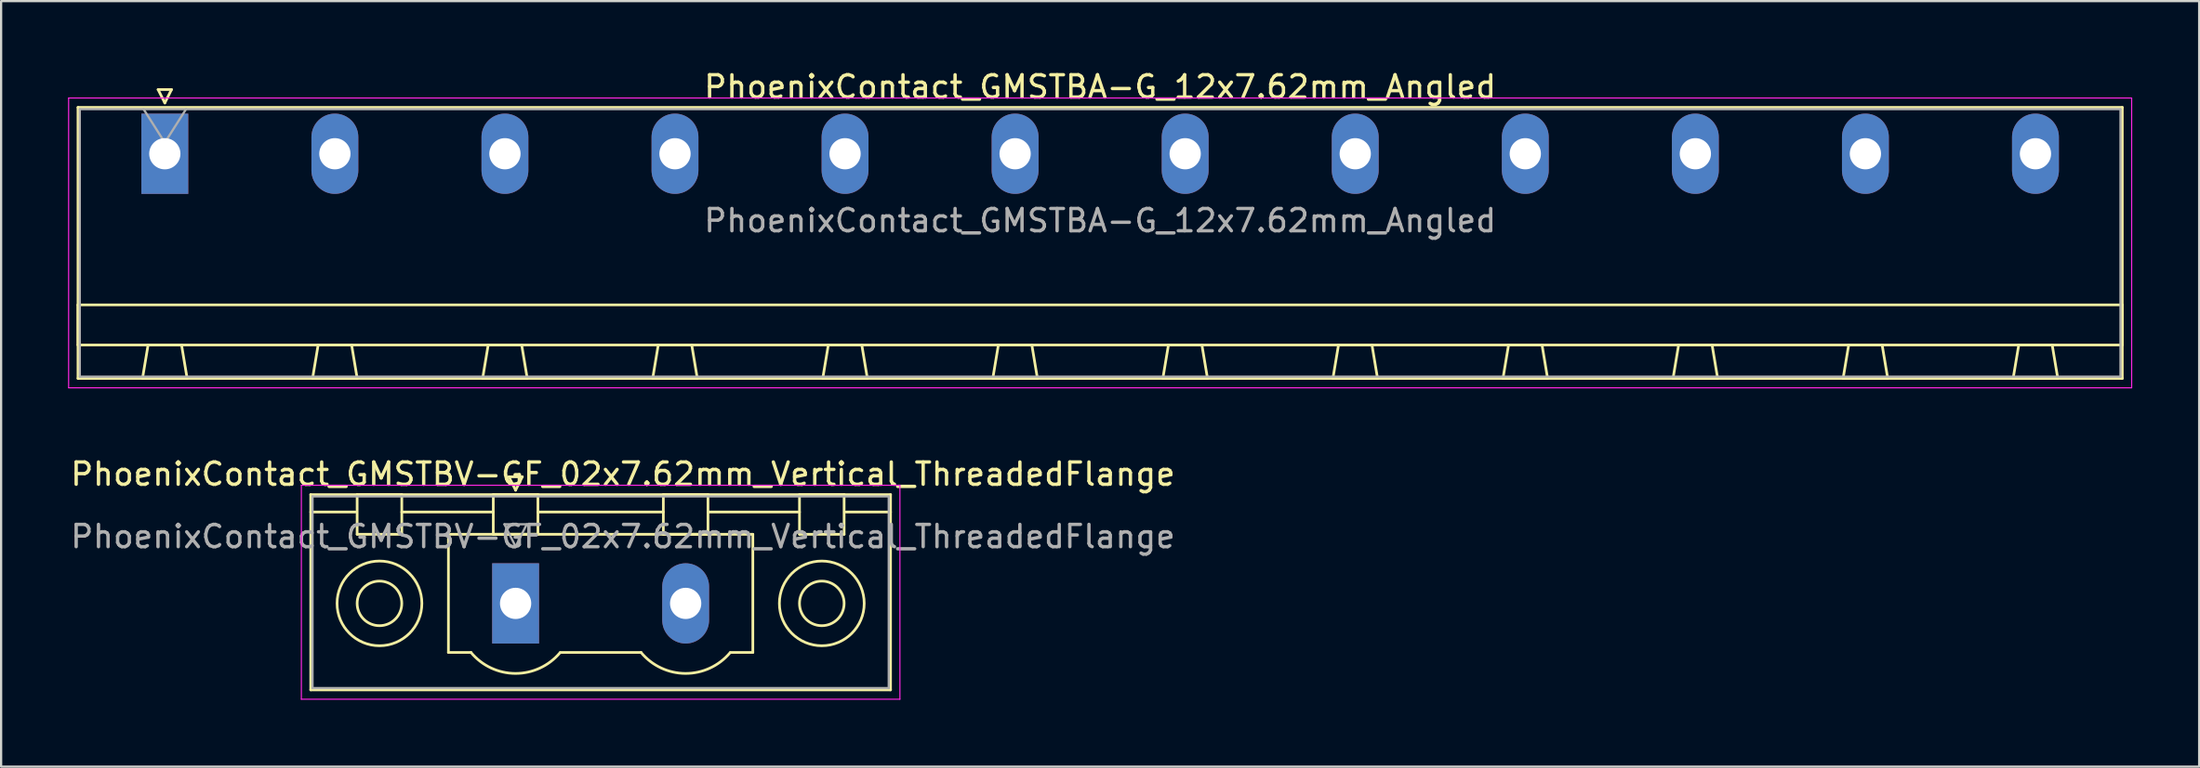
<source format=kicad_pcb>
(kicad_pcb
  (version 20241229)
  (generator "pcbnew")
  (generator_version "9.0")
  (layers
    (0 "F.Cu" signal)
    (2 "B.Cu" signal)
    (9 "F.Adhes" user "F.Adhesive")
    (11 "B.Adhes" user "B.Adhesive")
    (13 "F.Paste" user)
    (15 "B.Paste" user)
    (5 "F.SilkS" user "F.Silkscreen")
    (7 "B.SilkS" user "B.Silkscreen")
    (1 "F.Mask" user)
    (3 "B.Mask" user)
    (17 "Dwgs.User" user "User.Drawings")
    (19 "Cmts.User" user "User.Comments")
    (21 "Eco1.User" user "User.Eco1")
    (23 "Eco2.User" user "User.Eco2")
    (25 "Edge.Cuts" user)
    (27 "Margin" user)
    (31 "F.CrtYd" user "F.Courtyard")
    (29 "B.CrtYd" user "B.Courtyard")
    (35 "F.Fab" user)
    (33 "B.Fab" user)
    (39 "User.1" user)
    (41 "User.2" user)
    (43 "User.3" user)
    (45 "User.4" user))
  (footprint "PhoenixContact_GMSTBA-G_12x7.62mm_Angled"
    (layer "F.Cu")
    (at 4.335 3.848)
    (property "Reference" "PhoenixContact_GMSTBA-G_12x7.62mm_Angled" (at 41.91 -3 0) (layer "F.SilkS") (effects (font (size 1 1) (thickness 0.15))))
    (attr through_hole)
    (fp_line (start -3.89 -2.08) (end -3.89 10.08) (stroke (width 0.12) (type solid)) (layer "F.SilkS"))
    (fp_line (start -3.89 6.78) (end 87.71 6.78) (stroke (width 0.12) (type solid)) (layer "F.SilkS"))
    (fp_line (start -3.89 8.58) (end -3.89 6.78) (stroke (width 0.12) (type solid)) (layer "F.SilkS"))
    (fp_line (start -3.89 10.08) (end 87.71 10.08) (stroke (width 0.12) (type solid)) (layer "F.SilkS"))
    (fp_line (start -1 10.08) (end 1 10.08) (stroke (width 0.12) (type solid)) (layer "F.SilkS"))
    (fp_line (start -0.75 8.58) (end -1 10.08) (stroke (width 0.12) (type solid)) (layer "F.SilkS"))
    (fp_line (start -0.3 -2.88) (end 0.3 -2.88) (stroke (width 0.12) (type solid)) (layer "F.SilkS"))
    (fp_line (start 0 -2.28) (end -0.3 -2.88) (stroke (width 0.12) (type solid)) (layer "F.SilkS"))
    (fp_line (start 0.3 -2.88) (end 0 -2.28) (stroke (width 0.12) (type solid)) (layer "F.SilkS"))
    (fp_line (start 0.75 8.58) (end -0.75 8.58) (stroke (width 0.12) (type solid)) (layer "F.SilkS"))
    (fp_line (start 1 10.08) (end 0.75 8.58) (stroke (width 0.12) (type solid)) (layer "F.SilkS"))
    (fp_line (start 6.62 10.08) (end 8.62 10.08) (stroke (width 0.12) (type solid)) (layer "F.SilkS"))
    (fp_line (start 6.87 8.58) (end 6.62 10.08) (stroke (width 0.12) (type solid)) (layer "F.SilkS"))
    (fp_line (start 8.37 8.58) (end 6.87 8.58) (stroke (width 0.12) (type solid)) (layer "F.SilkS"))
    (fp_line (start 8.62 10.08) (end 8.37 8.58) (stroke (width 0.12) (type solid)) (layer "F.SilkS"))
    (fp_line (start 14.24 10.08) (end 16.24 10.08) (stroke (width 0.12) (type solid)) (layer "F.SilkS"))
    (fp_line (start 14.49 8.58) (end 14.24 10.08) (stroke (width 0.12) (type solid)) (layer "F.SilkS"))
    (fp_line (start 15.99 8.58) (end 14.49 8.58) (stroke (width 0.12) (type solid)) (layer "F.SilkS"))
    (fp_line (start 16.24 10.08) (end 15.99 8.58) (stroke (width 0.12) (type solid)) (layer "F.SilkS"))
    (fp_line (start 21.86 10.08) (end 23.86 10.08) (stroke (width 0.12) (type solid)) (layer "F.SilkS"))
    (fp_line (start 22.11 8.58) (end 21.86 10.08) (stroke (width 0.12) (type solid)) (layer "F.SilkS"))
    (fp_line (start 23.61 8.58) (end 22.11 8.58) (stroke (width 0.12) (type solid)) (layer "F.SilkS"))
    (fp_line (start 23.86 10.08) (end 23.61 8.58) (stroke (width 0.12) (type solid)) (layer "F.SilkS"))
    (fp_line (start 29.48 10.08) (end 31.48 10.08) (stroke (width 0.12) (type solid)) (layer "F.SilkS"))
    (fp_line (start 29.73 8.58) (end 29.48 10.08) (stroke (width 0.12) (type solid)) (layer "F.SilkS"))
    (fp_line (start 31.23 8.58) (end 29.73 8.58) (stroke (width 0.12) (type solid)) (layer "F.SilkS"))
    (fp_line (start 31.48 10.08) (end 31.23 8.58) (stroke (width 0.12) (type solid)) (layer "F.SilkS"))
    (fp_line (start 37.1 10.08) (end 39.1 10.08) (stroke (width 0.12) (type solid)) (layer "F.SilkS"))
    (fp_line (start 37.35 8.58) (end 37.1 10.08) (stroke (width 0.12) (type solid)) (layer "F.SilkS"))
    (fp_line (start 38.85 8.58) (end 37.35 8.58) (stroke (width 0.12) (type solid)) (layer "F.SilkS"))
    (fp_line (start 39.1 10.08) (end 38.85 8.58) (stroke (width 0.12) (type solid)) (layer "F.SilkS"))
    (fp_line (start 44.72 10.08) (end 46.72 10.08) (stroke (width 0.12) (type solid)) (layer "F.SilkS"))
    (fp_line (start 44.97 8.58) (end 44.72 10.08) (stroke (width 0.12) (type solid)) (layer "F.SilkS"))
    (fp_line (start 46.47 8.58) (end 44.97 8.58) (stroke (width 0.12) (type solid)) (layer "F.SilkS"))
    (fp_line (start 46.72 10.08) (end 46.47 8.58) (stroke (width 0.12) (type solid)) (layer "F.SilkS"))
    (fp_line (start 52.34 10.08) (end 54.34 10.08) (stroke (width 0.12) (type solid)) (layer "F.SilkS"))
    (fp_line (start 52.59 8.58) (end 52.34 10.08) (stroke (width 0.12) (type solid)) (layer "F.SilkS"))
    (fp_line (start 54.09 8.58) (end 52.59 8.58) (stroke (width 0.12) (type solid)) (layer "F.SilkS"))
    (fp_line (start 54.34 10.08) (end 54.09 8.58) (stroke (width 0.12) (type solid)) (layer "F.SilkS"))
    (fp_line (start 59.96 10.08) (end 61.96 10.08) (stroke (width 0.12) (type solid)) (layer "F.SilkS"))
    (fp_line (start 60.21 8.58) (end 59.96 10.08) (stroke (width 0.12) (type solid)) (layer "F.SilkS"))
    (fp_line (start 61.71 8.58) (end 60.21 8.58) (stroke (width 0.12) (type solid)) (layer "F.SilkS"))
    (fp_line (start 61.96 10.08) (end 61.71 8.58) (stroke (width 0.12) (type solid)) (layer "F.SilkS"))
    (fp_line (start 67.58 10.08) (end 69.58 10.08) (stroke (width 0.12) (type solid)) (layer "F.SilkS"))
    (fp_line (start 67.83 8.58) (end 67.58 10.08) (stroke (width 0.12) (type solid)) (layer "F.SilkS"))
    (fp_line (start 69.33 8.58) (end 67.83 8.58) (stroke (width 0.12) (type solid)) (layer "F.SilkS"))
    (fp_line (start 69.58 10.08) (end 69.33 8.58) (stroke (width 0.12) (type solid)) (layer "F.SilkS"))
    (fp_line (start 75.2 10.08) (end 77.2 10.08) (stroke (width 0.12) (type solid)) (layer "F.SilkS"))
    (fp_line (start 75.45 8.58) (end 75.2 10.08) (stroke (width 0.12) (type solid)) (layer "F.SilkS"))
    (fp_line (start 76.95 8.58) (end 75.45 8.58) (stroke (width 0.12) (type solid)) (layer "F.SilkS"))
    (fp_line (start 77.2 10.08) (end 76.95 8.58) (stroke (width 0.12) (type solid)) (layer "F.SilkS"))
    (fp_line (start 82.82 10.08) (end 84.82 10.08) (stroke (width 0.12) (type solid)) (layer "F.SilkS"))
    (fp_line (start 83.07 8.58) (end 82.82 10.08) (stroke (width 0.12) (type solid)) (layer "F.SilkS"))
    (fp_line (start 84.57 8.58) (end 83.07 8.58) (stroke (width 0.12) (type solid)) (layer "F.SilkS"))
    (fp_line (start 84.82 10.08) (end 84.57 8.58) (stroke (width 0.12) (type solid)) (layer "F.SilkS"))
    (fp_line (start 87.71 -2.08) (end -3.89 -2.08) (stroke (width 0.12) (type solid)) (layer "F.SilkS"))
    (fp_line (start 87.71 6.78) (end 87.71 8.58) (stroke (width 0.12) (type solid)) (layer "F.SilkS"))
    (fp_line (start 87.71 8.58) (end -3.89 8.58) (stroke (width 0.12) (type solid)) (layer "F.SilkS"))
    (fp_line (start 87.71 10.08) (end 87.71 -2.08) (stroke (width 0.12) (type solid)) (layer "F.SilkS"))
    (fp_line (start -4.31 -2.5) (end -4.31 10.5) (stroke (width 0.05) (type solid)) (layer "F.CrtYd"))
    (fp_line (start -4.31 10.5) (end 88.13 10.5) (stroke (width 0.05) (type solid)) (layer "F.CrtYd"))
    (fp_line (start 88.13 -2.5) (end -4.31 -2.5) (stroke (width 0.05) (type solid)) (layer "F.CrtYd"))
    (fp_line (start 88.13 10.5) (end 88.13 -2.5) (stroke (width 0.05) (type solid)) (layer "F.CrtYd"))
    (fp_line (start -3.81 -2) (end -3.81 10) (stroke (width 0.1) (type solid)) (layer "F.Fab"))
    (fp_line (start -3.81 10) (end 87.63 10) (stroke (width 0.1) (type solid)) (layer "F.Fab"))
    (fp_line (start 0 -0.5) (end -0.95 -2) (stroke (width 0.1) (type solid)) (layer "F.Fab"))
    (fp_line (start 0.95 -2) (end 0 -0.5) (stroke (width 0.1) (type solid)) (layer "F.Fab"))
    (fp_line (start 87.63 -2) (end -3.81 -2) (stroke (width 0.1) (type solid)) (layer "F.Fab"))
    (fp_line (start 87.63 10) (end 87.63 -2) (stroke (width 0.1) (type solid)) (layer "F.Fab"))
    (fp_text user "${REFERENCE}" (at 41.91 3 0) (layer "F.Fab") (effects (font (size 1 1) (thickness 0.15))))
    (pad "1" thru_hole rect (at 0 0) (size 2.1 3.6) (drill 1.4) (layers "*.Cu" "*.Mask"))
    (pad "2" thru_hole oval (at 7.62 0) (size 2.1 3.6) (drill 1.4) (layers "*.Cu" "*.Mask"))
    (pad "3" thru_hole oval (at 15.24 0) (size 2.1 3.6) (drill 1.4) (layers "*.Cu" "*.Mask"))
    (pad "4" thru_hole oval (at 22.86 0) (size 2.1 3.6) (drill 1.4) (layers "*.Cu" "*.Mask"))
    (pad "5" thru_hole oval (at 30.48 0) (size 2.1 3.6) (drill 1.4) (layers "*.Cu" "*.Mask"))
    (pad "6" thru_hole oval (at 38.1 0) (size 2.1 3.6) (drill 1.4) (layers "*.Cu" "*.Mask"))
    (pad "7" thru_hole oval (at 45.72 0) (size 2.1 3.6) (drill 1.4) (layers "*.Cu" "*.Mask"))
    (pad "8" thru_hole oval (at 53.34 0) (size 2.1 3.6) (drill 1.4) (layers "*.Cu" "*.Mask"))
    (pad "9" thru_hole oval (at 60.96 0) (size 2.1 3.6) (drill 1.4) (layers "*.Cu" "*.Mask"))
    (pad "10" thru_hole oval (at 68.58 0) (size 2.1 3.6) (drill 1.4) (layers "*.Cu" "*.Mask"))
    (pad "11" thru_hole oval (at 76.2 0) (size 2.1 3.6) (drill 1.4) (layers "*.Cu" "*.Mask"))
    (pad "12" thru_hole oval (at 83.82 0) (size 2.1 3.6) (drill 1.4) (layers "*.Cu" "*.Mask")))
  (footprint "PhoenixContact_GMSTBV-GF_02x7.62mm_Vertical_ThreadedFlange"
    (layer "F.Cu")
    (at 20.053 24.021)
    (property "Reference" "PhoenixContact_GMSTBV-GF_02x7.62mm_Vertical_ThreadedFlange" (at 4.81 -5.8 0) (layer "F.SilkS") (effects (font (size 1 1) (thickness 0.15))))
    (attr through_hole)
    (fp_line (start -9.18 -4.88) (end -9.18 3.88) (stroke (width 0.12) (type solid)) (layer "F.SilkS"))
    (fp_line (start -9.18 -4.1) (end -7.18 -4.1) (stroke (width 0.12) (type solid)) (layer "F.SilkS"))
    (fp_line (start -9.18 3.88) (end 16.8 3.88) (stroke (width 0.12) (type solid)) (layer "F.SilkS"))
    (fp_line (start -7.1 -4.88) (end -5.1 -4.88) (stroke (width 0.12) (type solid)) (layer "F.SilkS"))
    (fp_line (start -7.1 -3.1) (end -7.1 -4.88) (stroke (width 0.12) (type solid)) (layer "F.SilkS"))
    (fp_line (start -5.1 -4.88) (end -5.1 -3.1) (stroke (width 0.12) (type solid)) (layer "F.SilkS"))
    (fp_line (start -5.1 -4.1) (end -1 -4.1) (stroke (width 0.12) (type solid)) (layer "F.SilkS"))
    (fp_line (start -5.1 -3.1) (end -7.1 -3.1) (stroke (width 0.12) (type solid)) (layer "F.SilkS"))
    (fp_line (start -3.01 -3.1) (end 10.63 -3.1) (stroke (width 0.12) (type solid)) (layer "F.SilkS"))
    (fp_line (start -3.01 2.2) (end -3.01 -3.1) (stroke (width 0.12) (type solid)) (layer "F.SilkS"))
    (fp_line (start -2 2.2) (end -3.01 2.2) (stroke (width 0.12) (type solid)) (layer "F.SilkS"))
    (fp_line (start -1 -4.88) (end 1 -4.88) (stroke (width 0.12) (type solid)) (layer "F.SilkS"))
    (fp_line (start -1 -3.1) (end -1 -4.88) (stroke (width 0.12) (type solid)) (layer "F.SilkS"))
    (fp_line (start -0.3 -5.68) (end 0.3 -5.68) (stroke (width 0.12) (type solid)) (layer "F.SilkS"))
    (fp_line (start 0 -5.08) (end -0.3 -5.68) (stroke (width 0.12) (type solid)) (layer "F.SilkS"))
    (fp_line (start 0.3 -5.68) (end 0 -5.08) (stroke (width 0.12) (type solid)) (layer "F.SilkS"))
    (fp_line (start 1 -4.88) (end 1 -3.1) (stroke (width 0.12) (type solid)) (layer "F.SilkS"))
    (fp_line (start 1 -4.1) (end 6.62 -4.1) (stroke (width 0.12) (type solid)) (layer "F.SilkS"))
    (fp_line (start 1 -3.1) (end -1 -3.1) (stroke (width 0.12) (type solid)) (layer "F.SilkS"))
    (fp_line (start 2 2.2) (end 5.62 2.2) (stroke (width 0.12) (type solid)) (layer "F.SilkS"))
    (fp_line (start 6.62 -4.88) (end 8.62 -4.88) (stroke (width 0.12) (type solid)) (layer "F.SilkS"))
    (fp_line (start 6.62 -3.1) (end 6.62 -4.88) (stroke (width 0.12) (type solid)) (layer "F.SilkS"))
    (fp_line (start 8.62 -4.88) (end 8.62 -3.1) (stroke (width 0.12) (type solid)) (layer "F.SilkS"))
    (fp_line (start 8.62 -4.1) (end 12.72 -4.1) (stroke (width 0.12) (type solid)) (layer "F.SilkS"))
    (fp_line (start 8.62 -3.1) (end 6.62 -3.1) (stroke (width 0.12) (type solid)) (layer "F.SilkS"))
    (fp_line (start 10.63 -3.1) (end 10.63 2.2) (stroke (width 0.12) (type solid)) (layer "F.SilkS"))
    (fp_line (start 10.63 2.2) (end 9.62 2.2) (stroke (width 0.12) (type solid)) (layer "F.SilkS"))
    (fp_line (start 12.72 -4.88) (end 14.72 -4.88) (stroke (width 0.12) (type solid)) (layer "F.SilkS"))
    (fp_line (start 12.72 -3.1) (end 12.72 -4.88) (stroke (width 0.12) (type solid)) (layer "F.SilkS"))
    (fp_line (start 14.72 -4.88) (end 14.72 -3.1) (stroke (width 0.12) (type solid)) (layer "F.SilkS"))
    (fp_line (start 14.72 -3.1) (end 12.72 -3.1) (stroke (width 0.12) (type solid)) (layer "F.SilkS"))
    (fp_line (start 16.8 -4.88) (end -9.18 -4.88) (stroke (width 0.12) (type solid)) (layer "F.SilkS"))
    (fp_line (start 16.8 -4.1) (end 14.8 -4.1) (stroke (width 0.12) (type solid)) (layer "F.SilkS"))
    (fp_line (start 16.8 3.88) (end 16.8 -4.88) (stroke (width 0.12) (type solid)) (layer "F.SilkS"))
    (fp_arc (start 1.986842 2.215821) (mid -0.010289 3.142758) (end -2 2.2) (stroke (width 0.12) (type solid)) (layer "F.SilkS"))
    (fp_arc (start 9.606842 2.215821) (mid 7.609711 3.142758) (end 5.62 2.2) (stroke (width 0.12) (type solid)) (layer "F.SilkS"))
    (fp_circle (center -6.1 0) (end -5.1 0) (stroke (width 0.12) (type solid)) (fill no) (layer "F.SilkS"))
    (fp_circle (center -6.1 0) (end -4.2 0) (stroke (width 0.12) (type solid)) (fill no) (layer "F.SilkS"))
    (fp_circle (center 13.72 0) (end 14.72 0) (stroke (width 0.12) (type solid)) (fill no) (layer "F.SilkS"))
    (fp_circle (center 13.72 0) (end 15.62 0) (stroke (width 0.12) (type solid)) (fill no) (layer "F.SilkS"))
    (fp_line (start -9.6 -5.3) (end -9.6 4.3) (stroke (width 0.05) (type solid)) (layer "F.CrtYd"))
    (fp_line (start -9.6 4.3) (end 17.22 4.3) (stroke (width 0.05) (type solid)) (layer "F.CrtYd"))
    (fp_line (start 17.22 -5.3) (end -9.6 -5.3) (stroke (width 0.05) (type solid)) (layer "F.CrtYd"))
    (fp_line (start 17.22 4.3) (end 17.22 -5.3) (stroke (width 0.05) (type solid)) (layer "F.CrtYd"))
    (fp_line (start -9.1 -4.8) (end -9.1 3.8) (stroke (width 0.1) (type solid)) (layer "F.Fab"))
    (fp_line (start -9.1 3.8) (end 16.72 3.8) (stroke (width 0.1) (type solid)) (layer "F.Fab"))
    (fp_line (start -0.5 -3.55) (end 0.5 -3.55) (stroke (width 0.1) (type solid)) (layer "F.Fab"))
    (fp_line (start 0 -2.55) (end -0.5 -3.55) (stroke (width 0.1) (type solid)) (layer "F.Fab"))
    (fp_line (start 0.5 -3.55) (end 0 -2.55) (stroke (width 0.1) (type solid)) (layer "F.Fab"))
    (fp_line (start 16.72 -4.8) (end -9.1 -4.8) (stroke (width 0.1) (type solid)) (layer "F.Fab"))
    (fp_line (start 16.72 3.8) (end 16.72 -4.8) (stroke (width 0.1) (type solid)) (layer "F.Fab"))
    (fp_text user "${REFERENCE}" (at 4.81 -3 0) (layer "F.Fab") (effects (font (size 1 1) (thickness 0.15))))
    (pad "1" thru_hole rect (at 0 0) (size 2.1 3.6) (drill 1.4) (layers "*.Cu" "*.Mask"))
    (pad "2" thru_hole oval (at 7.62 0) (size 2.1 3.6) (drill 1.4) (layers "*.Cu" "*.Mask")))
  (gr_rect
    (start -3 -3)
    (end 95.49 31.346)
    (stroke (width 0.1) (type default))
    (fill no)
    (layer "Edge.Cuts")))
</source>
